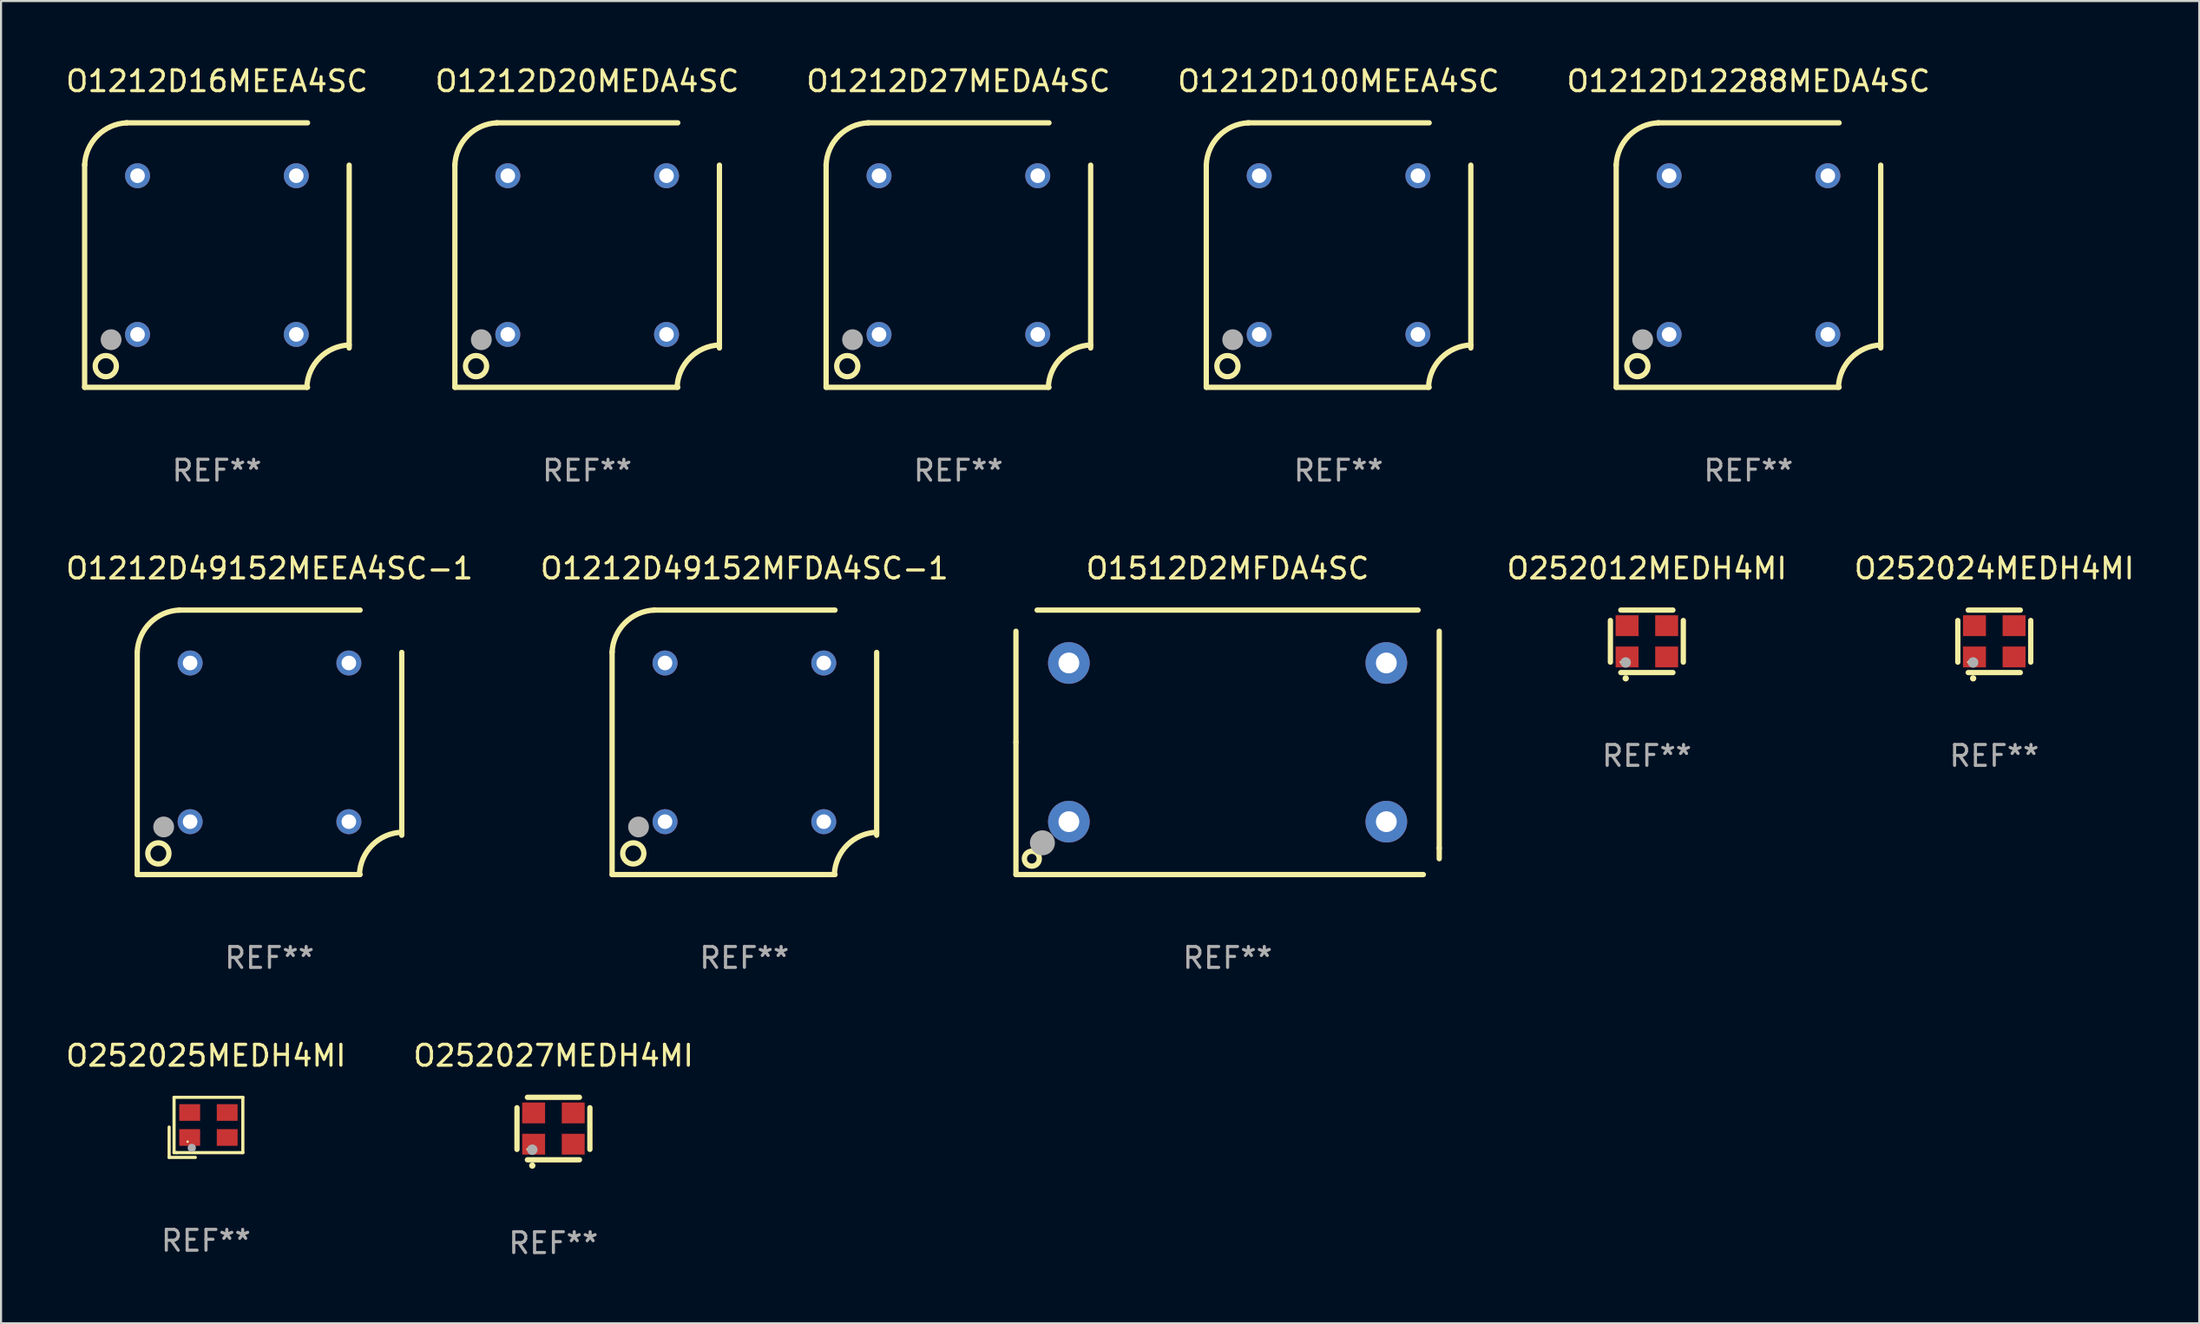
<source format=kicad_pcb>
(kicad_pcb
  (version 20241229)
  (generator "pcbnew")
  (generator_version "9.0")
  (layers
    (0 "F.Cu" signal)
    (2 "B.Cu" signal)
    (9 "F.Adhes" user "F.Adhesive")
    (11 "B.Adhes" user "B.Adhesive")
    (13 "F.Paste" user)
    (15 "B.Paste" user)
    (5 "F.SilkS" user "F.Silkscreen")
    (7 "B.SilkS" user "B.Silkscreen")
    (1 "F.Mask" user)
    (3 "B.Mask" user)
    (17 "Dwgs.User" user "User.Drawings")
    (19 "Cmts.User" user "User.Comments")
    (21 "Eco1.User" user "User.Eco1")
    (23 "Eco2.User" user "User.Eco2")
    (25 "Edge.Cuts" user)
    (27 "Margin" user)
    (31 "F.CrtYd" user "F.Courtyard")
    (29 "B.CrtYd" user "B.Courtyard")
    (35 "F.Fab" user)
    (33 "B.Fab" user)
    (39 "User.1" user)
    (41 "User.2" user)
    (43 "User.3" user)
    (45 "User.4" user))
  (footprint "O252027MEDH4MI"
    (layer "F.Cu")
    (at 23.518 51.141)
    (property "Reference" "O252027MEDH4MI" (at 0 -3.5 0) (layer "F.SilkS") (effects (font (size 1 1) (thickness 0.15))))
    (attr through_hole)
    (fp_line (start -1.75 -1) (end -1.75 1) (stroke (width 0.254) (type solid)) (layer "F.SilkS"))
    (fp_line (start -1.25 -1.5) (end 1.25 -1.5) (stroke (width 0.254) (type solid)) (layer "F.SilkS"))
    (fp_line (start -1.25 1.5) (end 1.25 1.5) (stroke (width 0.254) (type solid)) (layer "F.SilkS"))
    (fp_line (start 1.75 -1) (end 1.75 1) (stroke (width 0.254) (type solid)) (layer "F.SilkS"))
    (fp_arc (start -1.016002 1.778004) (mid -1.014732 1.777999) (end -1.013462 1.778004) (stroke (width 0.3) (type solid)) (layer "F.SilkS"))
    (fp_circle (center -1.25 1) (end -1.22 1) (stroke (width 0.06) (type solid)) (fill no) (layer "F.SilkS"))
    (fp_circle (center -1.016 1.016) (end -0.889 1.016) (stroke (width 0.254) (type solid)) (fill no) (layer "F.Fab"))
    (fp_text user "REF**" (at 0 5.5 0) (layer "F.Fab") (effects (font (size 1 1) (thickness 0.15))))
    (pad "1" smd rect (at -0.95 0.75) (size 1.1 1) (layers "F.Cu" "F.Mask" "F.Paste"))
    (pad "2" smd rect (at 0.95 0.75) (size 1.1 1) (layers "F.Cu" "F.Mask" "F.Paste"))
    (pad "3" smd rect (at 0.95 -0.75) (size 1.1 1) (layers "F.Cu" "F.Mask" "F.Paste"))
    (pad "4" smd rect (at -0.95 -0.75) (size 1.1 1) (layers "F.Cu" "F.Mask" "F.Paste")))
  (footprint "O1212D100MEEA4SC"
    (layer "F.Cu")
    (at 61.208 9.198)
    (property "Reference" "O1212D100MEEA4SC" (at 0 -8.35 0) (layer "F.SilkS") (effects (font (size 1 1) (thickness 0.15))))
    (attr through_hole)
    (fp_line (start -6.35 6.35) (end -6.35 -4.35) (stroke (width 0.254) (type solid)) (layer "F.SilkS"))
    (fp_line (start -4.35 -6.35) (end 4.35 -6.35) (stroke (width 0.254) (type solid)) (layer "F.SilkS"))
    (fp_line (start 4.35 6.35) (end -6.35 6.35) (stroke (width 0.254) (type solid)) (layer "F.SilkS"))
    (fp_line (start 6.35 4.462) (end 6.35 -4.318) (stroke (width 0.254) (type solid)) (layer "F.SilkS"))
    (fp_arc (start -6.350013 -4.318009) (mid -5.733405 -5.733406) (end -4.318007 -6.350013) (stroke (width 0.254001) (type solid)) (layer "F.SilkS"))
    (fp_arc (start 4.318009 6.350013) (mid 4.934616 4.934616) (end 6.350013 4.318009) (stroke (width 0.254001) (type solid)) (layer "F.SilkS"))
    (fp_circle (center -6.35 6.35) (end -6.32 6.35) (stroke (width 0.06) (type solid)) (fill no) (layer "F.SilkS"))
    (fp_circle (center -5.334 5.334) (end -4.826 5.334) (stroke (width 0.254) (type solid)) (fill no) (layer "F.SilkS"))
    (fp_circle (center -5.08 4.064) (end -4.83 4.064) (stroke (width 0.5) (type solid)) (fill no) (layer "F.Fab"))
    (fp_text user "REF**" (at 0 10.35 0) (layer "F.Fab") (effects (font (size 1 1) (thickness 0.15))))
    (pad "1" thru_hole circle (at -3.81 3.81) (size 1.2 1.2) (drill 0.7) (layers "*.Cu" "*.Mask"))
    (pad "2" thru_hole circle (at 3.81 3.81) (size 1.2 1.2) (drill 0.7) (layers "*.Cu" "*.Mask"))
    (pad "3" thru_hole circle (at 3.81 -3.81) (size 1.2 1.2) (drill 0.7) (layers "*.Cu" "*.Mask"))
    (pad "4" thru_hole circle (at -3.81 -3.81) (size 1.2 1.2) (drill 0.7) (layers "*.Cu" "*.Mask")))
  (footprint "O252024MEDH4MI"
    (layer "F.Cu")
    (at 92.687 27.745)
    (property "Reference" "O252024MEDH4MI" (at 0 -3.5 0) (layer "F.SilkS") (effects (font (size 1 1) (thickness 0.15))))
    (attr through_hole)
    (fp_line (start -1.75 -1) (end -1.75 1) (stroke (width 0.254) (type solid)) (layer "F.SilkS"))
    (fp_line (start -1.25 -1.5) (end 1.25 -1.5) (stroke (width 0.254) (type solid)) (layer "F.SilkS"))
    (fp_line (start -1.25 1.5) (end 1.25 1.5) (stroke (width 0.254) (type solid)) (layer "F.SilkS"))
    (fp_line (start 1.75 -1) (end 1.75 1) (stroke (width 0.254) (type solid)) (layer "F.SilkS"))
    (fp_arc (start -1.016002 1.778004) (mid -1.014732 1.777999) (end -1.013462 1.778004) (stroke (width 0.3) (type solid)) (layer "F.SilkS"))
    (fp_circle (center -1.25 1) (end -1.22 1) (stroke (width 0.06) (type solid)) (fill no) (layer "F.SilkS"))
    (fp_circle (center -1.016 1.016) (end -0.889 1.016) (stroke (width 0.254) (type solid)) (fill no) (layer "F.Fab"))
    (fp_text user "REF**" (at 0 5.5 0) (layer "F.Fab") (effects (font (size 1 1) (thickness 0.15))))
    (pad "1" smd rect (at -0.95 0.75) (size 1.1 1) (layers "F.Cu" "F.Mask" "F.Paste"))
    (pad "2" smd rect (at 0.95 0.75) (size 1.1 1) (layers "F.Cu" "F.Mask" "F.Paste"))
    (pad "3" smd rect (at 0.95 -0.75) (size 1.1 1) (layers "F.Cu" "F.Mask" "F.Paste"))
    (pad "4" smd rect (at -0.95 -0.75) (size 1.1 1) (layers "F.Cu" "F.Mask" "F.Paste")))
  (footprint "O1512D2MFDA4SC"
    (layer "F.Cu")
    (at 55.882 32.595)
    (property "Reference" "O1512D2MFDA4SC" (at 0 -8.35 0) (layer "F.SilkS") (effects (font (size 1 1) (thickness 0.15))))
    (attr through_hole)
    (fp_line (start -10.16 0) (end -10.16 -5.334) (stroke (width 0.254) (type solid)) (layer "F.SilkS"))
    (fp_line (start -10.16 6.35) (end -10.16 0) (stroke (width 0.254) (type solid)) (layer "F.SilkS"))
    (fp_line (start -9.144 -6.35) (end 9.144 -6.35) (stroke (width 0.254) (type solid)) (layer "F.SilkS"))
    (fp_line (start 9.398 6.35) (end -10.16 6.35) (stroke (width 0.254) (type solid)) (layer "F.SilkS"))
    (fp_line (start 10.16 -5.334) (end 10.16 5.08) (stroke (width 0.254) (type solid)) (layer "F.SilkS"))
    (fp_line (start 10.16 5.08) (end 10.16 5.588) (stroke (width 0.254) (type solid)) (layer "F.SilkS"))
    (fp_circle (center -10.2 6.4) (end -10.17 6.4) (stroke (width 0.06) (type solid)) (fill no) (layer "F.SilkS"))
    (fp_circle (center -9.398 5.588) (end -9.039 5.588) (stroke (width 0.254) (type solid)) (fill no) (layer "F.SilkS"))
    (fp_circle (center -8.89 4.826) (end -8.59 4.826) (stroke (width 0.6) (type solid)) (fill no) (layer "F.Fab"))
    (fp_text user "REF**" (at 0 10.35 0) (layer "F.Fab") (effects (font (size 1 1) (thickness 0.15))))
    (pad "1" thru_hole circle (at -7.62 3.81) (size 2 2) (drill 1) (layers "*.Cu" "*.Mask"))
    (pad "2" thru_hole circle (at 7.62 3.81) (size 2 2) (drill 1) (layers "*.Cu" "*.Mask"))
    (pad "3" thru_hole circle (at 7.62 -3.81) (size 2 2) (drill 1) (layers "*.Cu" "*.Mask"))
    (pad "4" thru_hole circle (at -7.62 -3.81) (size 2 2) (drill 1) (layers "*.Cu" "*.Mask")))
  (footprint "O1212D20MEDA4SC"
    (layer "F.Cu")
    (at 25.137 9.198)
    (property "Reference" "O1212D20MEDA4SC" (at 0 -8.35 0) (layer "F.SilkS") (effects (font (size 1 1) (thickness 0.15))))
    (attr through_hole)
    (fp_line (start -6.35 6.35) (end -6.35 -4.35) (stroke (width 0.254) (type solid)) (layer "F.SilkS"))
    (fp_line (start -4.35 -6.35) (end 4.35 -6.35) (stroke (width 0.254) (type solid)) (layer "F.SilkS"))
    (fp_line (start 4.35 6.35) (end -6.35 6.35) (stroke (width 0.254) (type solid)) (layer "F.SilkS"))
    (fp_line (start 6.35 4.462) (end 6.35 -4.318) (stroke (width 0.254) (type solid)) (layer "F.SilkS"))
    (fp_arc (start -6.350013 -4.318009) (mid -5.733405 -5.733406) (end -4.318007 -6.350013) (stroke (width 0.254001) (type solid)) (layer "F.SilkS"))
    (fp_arc (start 4.318009 6.350013) (mid 4.934616 4.934616) (end 6.350013 4.318009) (stroke (width 0.254001) (type solid)) (layer "F.SilkS"))
    (fp_circle (center -6.35 6.35) (end -6.32 6.35) (stroke (width 0.06) (type solid)) (fill no) (layer "F.SilkS"))
    (fp_circle (center -5.334 5.334) (end -4.826 5.334) (stroke (width 0.254) (type solid)) (fill no) (layer "F.SilkS"))
    (fp_circle (center -5.08 4.064) (end -4.83 4.064) (stroke (width 0.5) (type solid)) (fill no) (layer "F.Fab"))
    (fp_text user "REF**" (at 0 10.35 0) (layer "F.Fab") (effects (font (size 1 1) (thickness 0.15))))
    (pad "1" thru_hole circle (at -3.81 3.81) (size 1.2 1.2) (drill 0.7) (layers "*.Cu" "*.Mask"))
    (pad "2" thru_hole circle (at 3.81 3.81) (size 1.2 1.2) (drill 0.7) (layers "*.Cu" "*.Mask"))
    (pad "3" thru_hole circle (at 3.81 -3.81) (size 1.2 1.2) (drill 0.7) (layers "*.Cu" "*.Mask"))
    (pad "4" thru_hole circle (at -3.81 -3.81) (size 1.2 1.2) (drill 0.7) (layers "*.Cu" "*.Mask")))
  (footprint "O1212D49152MEEA4SC-1"
    (layer "F.Cu")
    (at 9.887 32.595)
    (property "Reference" "O1212D49152MEEA4SC-1" (at 0 -8.35 0) (layer "F.SilkS") (effects (font (size 1 1) (thickness 0.15))))
    (attr through_hole)
    (fp_line (start -6.35 6.35) (end -6.35 -4.35) (stroke (width 0.254) (type solid)) (layer "F.SilkS"))
    (fp_line (start -4.35 -6.35) (end 4.35 -6.35) (stroke (width 0.254) (type solid)) (layer "F.SilkS"))
    (fp_line (start 4.35 6.35) (end -6.35 6.35) (stroke (width 0.254) (type solid)) (layer "F.SilkS"))
    (fp_line (start 6.35 4.462) (end 6.35 -4.318) (stroke (width 0.254) (type solid)) (layer "F.SilkS"))
    (fp_arc (start -6.350013 -4.318009) (mid -5.733405 -5.733406) (end -4.318007 -6.350013) (stroke (width 0.254001) (type solid)) (layer "F.SilkS"))
    (fp_arc (start 4.318009 6.350013) (mid 4.934616 4.934616) (end 6.350013 4.318009) (stroke (width 0.254001) (type solid)) (layer "F.SilkS"))
    (fp_circle (center -6.35 6.35) (end -6.32 6.35) (stroke (width 0.06) (type solid)) (fill no) (layer "F.SilkS"))
    (fp_circle (center -5.334 5.334) (end -4.826 5.334) (stroke (width 0.254) (type solid)) (fill no) (layer "F.SilkS"))
    (fp_circle (center -5.08 4.064) (end -4.83 4.064) (stroke (width 0.5) (type solid)) (fill no) (layer "F.Fab"))
    (fp_text user "REF**" (at 0 10.35 0) (layer "F.Fab") (effects (font (size 1 1) (thickness 0.15))))
    (pad "1" thru_hole circle (at -3.81 3.81) (size 1.2 1.2) (drill 0.7) (layers "*.Cu" "*.Mask"))
    (pad "2" thru_hole circle (at 3.81 3.81) (size 1.2 1.2) (drill 0.7) (layers "*.Cu" "*.Mask"))
    (pad "3" thru_hole circle (at 3.81 -3.81) (size 1.2 1.2) (drill 0.7) (layers "*.Cu" "*.Mask"))
    (pad "4" thru_hole circle (at -3.81 -3.81) (size 1.2 1.2) (drill 0.7) (layers "*.Cu" "*.Mask")))
  (footprint "O1212D16MEEA4SC"
    (layer "F.Cu")
    (at 7.363 9.198)
    (property "Reference" "O1212D16MEEA4SC" (at 0 -8.35 0) (layer "F.SilkS") (effects (font (size 1 1) (thickness 0.15))))
    (attr through_hole)
    (fp_line (start -6.35 6.35) (end -6.35 -4.35) (stroke (width 0.254) (type solid)) (layer "F.SilkS"))
    (fp_line (start -4.35 -6.35) (end 4.35 -6.35) (stroke (width 0.254) (type solid)) (layer "F.SilkS"))
    (fp_line (start 4.35 6.35) (end -6.35 6.35) (stroke (width 0.254) (type solid)) (layer "F.SilkS"))
    (fp_line (start 6.35 4.462) (end 6.35 -4.318) (stroke (width 0.254) (type solid)) (layer "F.SilkS"))
    (fp_arc (start -6.350013 -4.318009) (mid -5.733405 -5.733406) (end -4.318007 -6.350013) (stroke (width 0.254001) (type solid)) (layer "F.SilkS"))
    (fp_arc (start 4.318009 6.350013) (mid 4.934616 4.934616) (end 6.350013 4.318009) (stroke (width 0.254001) (type solid)) (layer "F.SilkS"))
    (fp_circle (center -6.35 6.35) (end -6.32 6.35) (stroke (width 0.06) (type solid)) (fill no) (layer "F.SilkS"))
    (fp_circle (center -5.334 5.334) (end -4.826 5.334) (stroke (width 0.254) (type solid)) (fill no) (layer "F.SilkS"))
    (fp_circle (center -5.08 4.064) (end -4.83 4.064) (stroke (width 0.5) (type solid)) (fill no) (layer "F.Fab"))
    (fp_text user "REF**" (at 0 10.35 0) (layer "F.Fab") (effects (font (size 1 1) (thickness 0.15))))
    (pad "1" thru_hole circle (at -3.81 3.81) (size 1.2 1.2) (drill 0.7) (layers "*.Cu" "*.Mask"))
    (pad "2" thru_hole circle (at 3.81 3.81) (size 1.2 1.2) (drill 0.7) (layers "*.Cu" "*.Mask"))
    (pad "3" thru_hole circle (at 3.81 -3.81) (size 1.2 1.2) (drill 0.7) (layers "*.Cu" "*.Mask"))
    (pad "4" thru_hole circle (at -3.81 -3.81) (size 1.2 1.2) (drill 0.7) (layers "*.Cu" "*.Mask")))
  (footprint "O1212D49152MFDA4SC-1"
    (layer "F.Cu")
    (at 32.685 32.595)
    (property "Reference" "O1212D49152MFDA4SC-1" (at 0 -8.35 0) (layer "F.SilkS") (effects (font (size 1 1) (thickness 0.15))))
    (attr through_hole)
    (fp_line (start -6.35 6.35) (end -6.35 -4.35) (stroke (width 0.254) (type solid)) (layer "F.SilkS"))
    (fp_line (start -4.35 -6.35) (end 4.35 -6.35) (stroke (width 0.254) (type solid)) (layer "F.SilkS"))
    (fp_line (start 4.35 6.35) (end -6.35 6.35) (stroke (width 0.254) (type solid)) (layer "F.SilkS"))
    (fp_line (start 6.35 4.462) (end 6.35 -4.318) (stroke (width 0.254) (type solid)) (layer "F.SilkS"))
    (fp_arc (start -6.350013 -4.318009) (mid -5.733405 -5.733406) (end -4.318007 -6.350013) (stroke (width 0.254001) (type solid)) (layer "F.SilkS"))
    (fp_arc (start 4.318009 6.350013) (mid 4.934616 4.934616) (end 6.350013 4.318009) (stroke (width 0.254001) (type solid)) (layer "F.SilkS"))
    (fp_circle (center -6.35 6.35) (end -6.32 6.35) (stroke (width 0.06) (type solid)) (fill no) (layer "F.SilkS"))
    (fp_circle (center -5.334 5.334) (end -4.826 5.334) (stroke (width 0.254) (type solid)) (fill no) (layer "F.SilkS"))
    (fp_circle (center -5.08 4.064) (end -4.83 4.064) (stroke (width 0.5) (type solid)) (fill no) (layer "F.Fab"))
    (fp_text user "REF**" (at 0 10.35 0) (layer "F.Fab") (effects (font (size 1 1) (thickness 0.15))))
    (pad "1" thru_hole circle (at -3.81 3.81) (size 1.2 1.2) (drill 0.7) (layers "*.Cu" "*.Mask"))
    (pad "2" thru_hole circle (at 3.81 3.81) (size 1.2 1.2) (drill 0.7) (layers "*.Cu" "*.Mask"))
    (pad "3" thru_hole circle (at 3.81 -3.81) (size 1.2 1.2) (drill 0.7) (layers "*.Cu" "*.Mask"))
    (pad "4" thru_hole circle (at -3.81 -3.81) (size 1.2 1.2) (drill 0.7) (layers "*.Cu" "*.Mask")))
  (footprint "O252012MEDH4MI"
    (layer "F.Cu")
    (at 76.009 27.745)
    (property "Reference" "O252012MEDH4MI" (at 0 -3.5 0) (layer "F.SilkS") (effects (font (size 1 1) (thickness 0.15))))
    (attr through_hole)
    (fp_line (start -1.75 -1) (end -1.75 1) (stroke (width 0.254) (type solid)) (layer "F.SilkS"))
    (fp_line (start -1.25 -1.5) (end 1.25 -1.5) (stroke (width 0.254) (type solid)) (layer "F.SilkS"))
    (fp_line (start -1.25 1.5) (end 1.25 1.5) (stroke (width 0.254) (type solid)) (layer "F.SilkS"))
    (fp_line (start 1.75 -1) (end 1.75 1) (stroke (width 0.254) (type solid)) (layer "F.SilkS"))
    (fp_arc (start -1.016002 1.778004) (mid -1.014732 1.777999) (end -1.013462 1.778004) (stroke (width 0.3) (type solid)) (layer "F.SilkS"))
    (fp_circle (center -1.25 1) (end -1.22 1) (stroke (width 0.06) (type solid)) (fill no) (layer "F.SilkS"))
    (fp_circle (center -1.016 1.016) (end -0.889 1.016) (stroke (width 0.254) (type solid)) (fill no) (layer "F.Fab"))
    (fp_text user "REF**" (at 0 5.5 0) (layer "F.Fab") (effects (font (size 1 1) (thickness 0.15))))
    (pad "1" smd rect (at -0.95 0.75) (size 1.1 1) (layers "F.Cu" "F.Mask" "F.Paste"))
    (pad "2" smd rect (at 0.95 0.75) (size 1.1 1) (layers "F.Cu" "F.Mask" "F.Paste"))
    (pad "3" smd rect (at 0.95 -0.75) (size 1.1 1) (layers "F.Cu" "F.Mask" "F.Paste"))
    (pad "4" smd rect (at -0.95 -0.75) (size 1.1 1) (layers "F.Cu" "F.Mask" "F.Paste")))
  (footprint "O1212D12288MEDA4SC"
    (layer "F.Cu")
    (at 80.887 9.198)
    (property "Reference" "O1212D12288MEDA4SC" (at 0 -8.35 0) (layer "F.SilkS") (effects (font (size 1 1) (thickness 0.15))))
    (attr through_hole)
    (fp_line (start -6.35 6.35) (end -6.35 -4.35) (stroke (width 0.254) (type solid)) (layer "F.SilkS"))
    (fp_line (start -4.35 -6.35) (end 4.35 -6.35) (stroke (width 0.254) (type solid)) (layer "F.SilkS"))
    (fp_line (start 4.35 6.35) (end -6.35 6.35) (stroke (width 0.254) (type solid)) (layer "F.SilkS"))
    (fp_line (start 6.35 4.462) (end 6.35 -4.318) (stroke (width 0.254) (type solid)) (layer "F.SilkS"))
    (fp_arc (start -6.350013 -4.318009) (mid -5.733405 -5.733406) (end -4.318007 -6.350013) (stroke (width 0.254001) (type solid)) (layer "F.SilkS"))
    (fp_arc (start 4.318009 6.350013) (mid 4.934616 4.934616) (end 6.350013 4.318009) (stroke (width 0.254001) (type solid)) (layer "F.SilkS"))
    (fp_circle (center -6.35 6.35) (end -6.32 6.35) (stroke (width 0.06) (type solid)) (fill no) (layer "F.SilkS"))
    (fp_circle (center -5.334 5.334) (end -4.826 5.334) (stroke (width 0.254) (type solid)) (fill no) (layer "F.SilkS"))
    (fp_circle (center -5.08 4.064) (end -4.83 4.064) (stroke (width 0.5) (type solid)) (fill no) (layer "F.Fab"))
    (fp_text user "REF**" (at 0 10.35 0) (layer "F.Fab") (effects (font (size 1 1) (thickness 0.15))))
    (pad "1" thru_hole circle (at -3.81 3.81) (size 1.2 1.2) (drill 0.7) (layers "*.Cu" "*.Mask"))
    (pad "2" thru_hole circle (at 3.81 3.81) (size 1.2 1.2) (drill 0.7) (layers "*.Cu" "*.Mask"))
    (pad "3" thru_hole circle (at 3.81 -3.81) (size 1.2 1.2) (drill 0.7) (layers "*.Cu" "*.Mask"))
    (pad "4" thru_hole circle (at -3.81 -3.81) (size 1.2 1.2) (drill 0.7) (layers "*.Cu" "*.Mask")))
  (footprint "O252025MEDH4MI"
    (layer "F.Cu")
    (at 6.839 51.084)
    (property "Reference" "O252025MEDH4MI" (at 0 -3.443 0) (layer "F.SilkS") (effects (font (size 1 1) (thickness 0.15))))
    (attr through_hole)
    (fp_line (start -1.769 -0.014) (end -1.769 1.443) (stroke (width 0.152) (type solid)) (layer "F.SilkS"))
    (fp_line (start -1.769 1.443) (end -0.512 1.443) (stroke (width 0.152) (type solid)) (layer "F.SilkS"))
    (fp_line (start -1.533 -1.443) (end 1.769 -1.443) (stroke (width 0.152) (type solid)) (layer "F.SilkS"))
    (fp_line (start -1.533 1.214) (end -1.533 -1.443) (stroke (width 0.152) (type solid)) (layer "F.SilkS"))
    (fp_line (start -1.411 1.214) (end -1.533 1.214) (stroke (width 0.152) (type solid)) (layer "F.SilkS"))
    (fp_line (start 1.769 -1.443) (end 1.769 1.214) (stroke (width 0.152) (type solid)) (layer "F.SilkS"))
    (fp_line (start 1.769 1.214) (end -1.411 1.214) (stroke (width 0.152) (type solid)) (layer "F.SilkS"))
    (fp_circle (center -0.882 0.686) (end -0.852 0.686) (stroke (width 0.06) (type solid)) (fill no) (layer "F.SilkS"))
    (fp_circle (center -0.682 0.986) (end -0.582 0.986) (stroke (width 0.2) (type solid)) (fill no) (layer "F.Fab"))
    (fp_text user "REF**" (at 0 5.443 0) (layer "F.Fab") (effects (font (size 1 1) (thickness 0.15))))
    (pad "1" smd rect (at -0.782 0.486 90) (size 0.8 1) (layers "F.Cu" "F.Mask" "F.Paste"))
    (pad "2" smd rect (at 1.018 0.486 90) (size 0.8 1) (layers "F.Cu" "F.Mask" "F.Paste"))
    (pad "3" smd rect (at 1.018 -0.714 90) (size 0.8 1) (layers "F.Cu" "F.Mask" "F.Paste"))
    (pad "4" smd rect (at -0.782 -0.714 90) (size 0.8 1) (layers "F.Cu" "F.Mask" "F.Paste")))
  (footprint "O1212D27MEDA4SC"
    (layer "F.Cu")
    (at 42.958 9.198)
    (property "Reference" "O1212D27MEDA4SC" (at 0 -8.35 0) (layer "F.SilkS") (effects (font (size 1 1) (thickness 0.15))))
    (attr through_hole)
    (fp_line (start -6.35 6.35) (end -6.35 -4.35) (stroke (width 0.254) (type solid)) (layer "F.SilkS"))
    (fp_line (start -4.35 -6.35) (end 4.35 -6.35) (stroke (width 0.254) (type solid)) (layer "F.SilkS"))
    (fp_line (start 4.35 6.35) (end -6.35 6.35) (stroke (width 0.254) (type solid)) (layer "F.SilkS"))
    (fp_line (start 6.35 4.462) (end 6.35 -4.318) (stroke (width 0.254) (type solid)) (layer "F.SilkS"))
    (fp_arc (start -6.350013 -4.318009) (mid -5.733405 -5.733406) (end -4.318007 -6.350013) (stroke (width 0.254001) (type solid)) (layer "F.SilkS"))
    (fp_arc (start 4.318009 6.350013) (mid 4.934616 4.934616) (end 6.350013 4.318009) (stroke (width 0.254001) (type solid)) (layer "F.SilkS"))
    (fp_circle (center -6.35 6.35) (end -6.32 6.35) (stroke (width 0.06) (type solid)) (fill no) (layer "F.SilkS"))
    (fp_circle (center -5.334 5.334) (end -4.826 5.334) (stroke (width 0.254) (type solid)) (fill no) (layer "F.SilkS"))
    (fp_circle (center -5.08 4.064) (end -4.83 4.064) (stroke (width 0.5) (type solid)) (fill no) (layer "F.Fab"))
    (fp_text user "REF**" (at 0 10.35 0) (layer "F.Fab") (effects (font (size 1 1) (thickness 0.15))))
    (pad "1" thru_hole circle (at -3.81 3.81) (size 1.2 1.2) (drill 0.7) (layers "*.Cu" "*.Mask"))
    (pad "2" thru_hole circle (at 3.81 3.81) (size 1.2 1.2) (drill 0.7) (layers "*.Cu" "*.Mask"))
    (pad "3" thru_hole circle (at 3.81 -3.81) (size 1.2 1.2) (drill 0.7) (layers "*.Cu" "*.Mask"))
    (pad "4" thru_hole circle (at -3.81 -3.81) (size 1.2 1.2) (drill 0.7) (layers "*.Cu" "*.Mask")))
  (gr_rect
    (start -3 -3)
    (end 102.526 60.49)
    (stroke (width 0.1) (type default))
    (fill no)
    (layer "Edge.Cuts")))
</source>
